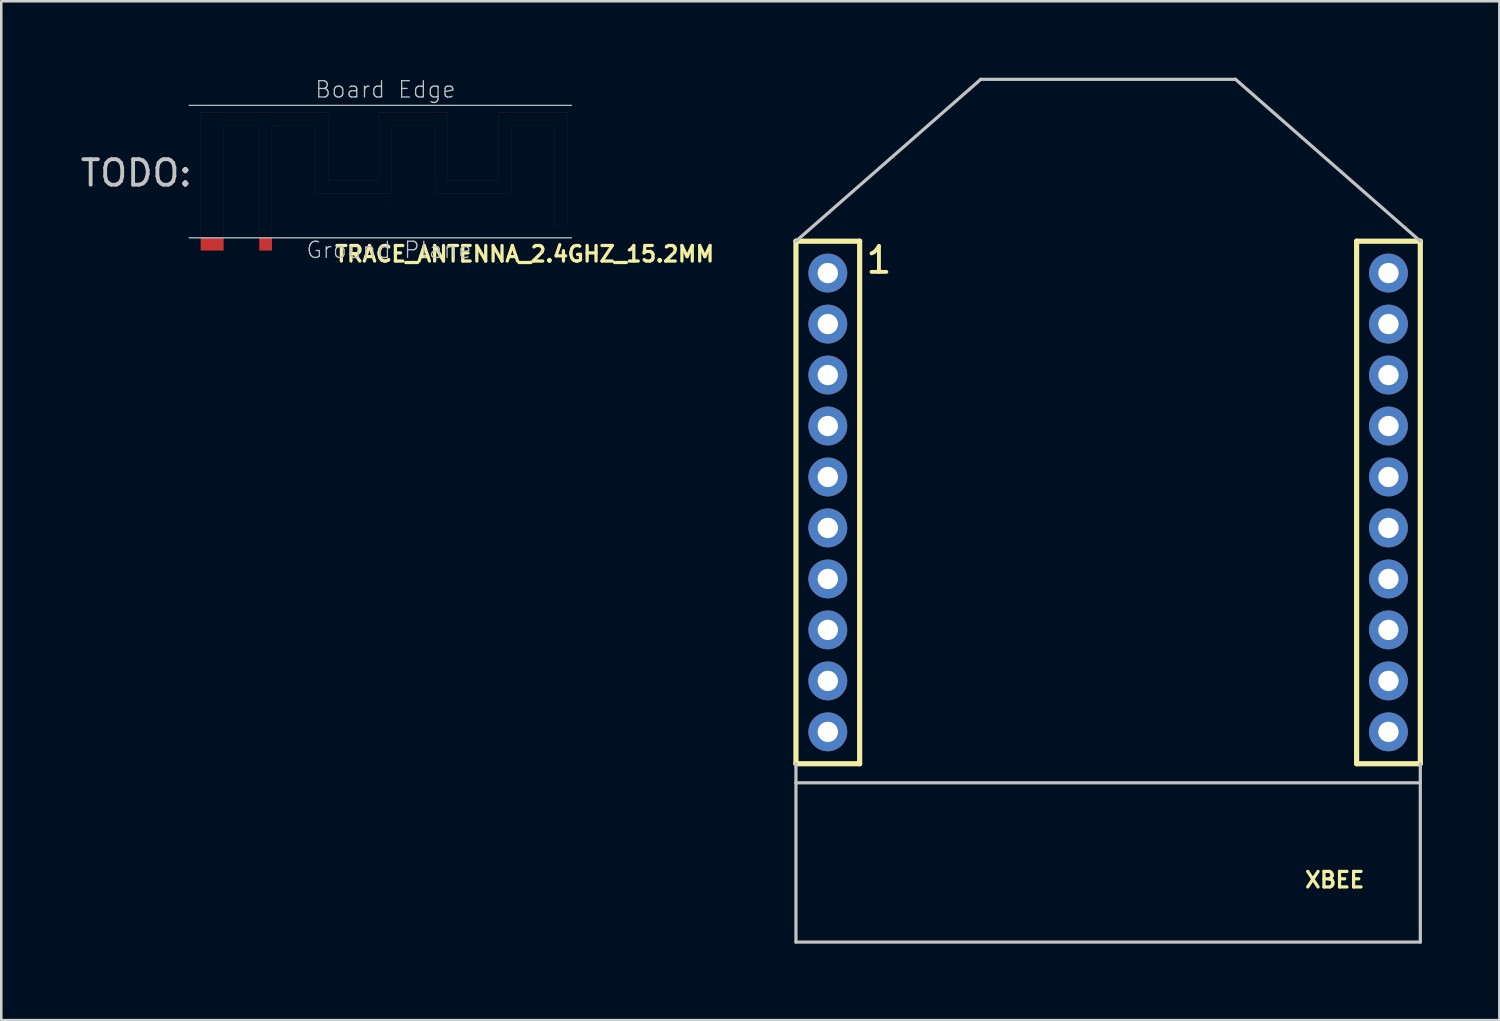
<source format=kicad_pcb>
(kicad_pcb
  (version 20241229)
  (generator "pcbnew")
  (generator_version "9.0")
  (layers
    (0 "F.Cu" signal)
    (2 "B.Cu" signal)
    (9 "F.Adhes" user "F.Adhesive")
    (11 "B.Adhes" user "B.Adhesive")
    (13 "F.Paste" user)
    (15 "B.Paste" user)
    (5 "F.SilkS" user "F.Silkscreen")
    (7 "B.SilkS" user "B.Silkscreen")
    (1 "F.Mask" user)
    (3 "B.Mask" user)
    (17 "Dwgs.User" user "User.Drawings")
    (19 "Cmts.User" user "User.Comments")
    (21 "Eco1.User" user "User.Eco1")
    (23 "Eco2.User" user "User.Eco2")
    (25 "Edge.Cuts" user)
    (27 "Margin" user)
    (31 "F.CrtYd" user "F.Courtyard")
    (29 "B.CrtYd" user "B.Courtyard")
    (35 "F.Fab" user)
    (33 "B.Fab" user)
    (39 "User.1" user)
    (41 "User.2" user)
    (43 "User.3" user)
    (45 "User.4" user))
  (footprint "XBEE"
    (layer "F.Cu")
    (at 40.427 27.663)
    (property "Reference" "XBEE" (at 8.89 3.81 0) (layer "F.SilkS") (effects (font (size 0.61 0.61) (thickness 0.127))))
    (attr exclude_from_pos_files exclude_from_bom)
    (fp_line (start -12.248 -21.25) (end -12.248 -0.749) (stroke (width 0.203) (type solid)) (layer "F.SilkS"))
    (fp_line (start -12.248 -0.749) (end -9.749 -0.749) (stroke (width 0.203) (type solid)) (layer "F.SilkS"))
    (fp_line (start -9.749 -21.25) (end -12.248 -21.25) (stroke (width 0.203) (type solid)) (layer "F.SilkS"))
    (fp_line (start -9.749 -21.25) (end -9.749 -0.749) (stroke (width 0.203) (type solid)) (layer "F.SilkS"))
    (fp_line (start 9.749 -21.25) (end 9.749 -0.749) (stroke (width 0.203) (type solid)) (layer "F.SilkS"))
    (fp_line (start 9.749 -21.25) (end 12.248 -21.25) (stroke (width 0.203) (type solid)) (layer "F.SilkS"))
    (fp_line (start 12.248 -21.25) (end 12.248 -0.749) (stroke (width 0.203) (type solid)) (layer "F.SilkS"))
    (fp_line (start 12.248 -0.749) (end 9.749 -0.749) (stroke (width 0.203) (type solid)) (layer "F.SilkS"))
    (fp_line (start -12.248 -21.25) (end -4.999 -27.6) (stroke (width 0.127) (type solid)) (layer "Dwgs.User"))
    (fp_line (start -12.248 -0.749) (end -12.248 0) (stroke (width 0.127) (type solid)) (layer "Dwgs.User"))
    (fp_line (start -12.248 0) (end -12.248 6.248) (stroke (width 0.127) (type solid)) (layer "Dwgs.User"))
    (fp_line (start -12.248 0) (end 12.248 0) (stroke (width 0.127) (type solid)) (layer "Dwgs.User"))
    (fp_line (start -12.248 6.248) (end 12.248 6.248) (stroke (width 0.127) (type solid)) (layer "Dwgs.User"))
    (fp_line (start -4.999 -27.6) (end 4.999 -27.6) (stroke (width 0.127) (type solid)) (layer "Dwgs.User"))
    (fp_line (start 12.248 -21.25) (end 4.999 -27.6) (stroke (width 0.127) (type solid)) (layer "Dwgs.User"))
    (fp_line (start 12.248 -0.749) (end 12.248 0) (stroke (width 0.127) (type solid)) (layer "Dwgs.User"))
    (fp_line (start 12.248 0) (end 12.248 6.248) (stroke (width 0.127) (type solid)) (layer "Dwgs.User"))
    (fp_text user "1" (at -8.992 -20.508 0) (layer "F.SilkS") (effects (font (size 1.016 1.016) (thickness 0.152))))
    (pad "1" thru_hole circle (at -10.998 -20) (size 1.524 1.524) (drill 0.798) (layers "*.Cu" "*.Mask"))
    (pad "2" thru_hole circle (at -10.998 -17.998) (size 1.524 1.524) (drill 0.798) (layers "*.Cu" "*.Mask"))
    (pad "3" thru_hole circle (at -10.998 -15.999) (size 1.524 1.524) (drill 0.798) (layers "*.Cu" "*.Mask"))
    (pad "4" thru_hole circle (at -10.998 -13.998) (size 1.524 1.524) (drill 0.798) (layers "*.Cu" "*.Mask"))
    (pad "5" thru_hole circle (at -10.998 -11.999) (size 1.524 1.524) (drill 0.798) (layers "*.Cu" "*.Mask"))
    (pad "6" thru_hole circle (at -10.998 -10) (size 1.524 1.524) (drill 0.798) (layers "*.Cu" "*.Mask"))
    (pad "7" thru_hole circle (at -10.998 -7.998) (size 1.524 1.524) (drill 0.798) (layers "*.Cu" "*.Mask"))
    (pad "8" thru_hole circle (at -10.998 -5.999) (size 1.524 1.524) (drill 0.798) (layers "*.Cu" "*.Mask"))
    (pad "9" thru_hole circle (at -10.998 -3.998) (size 1.524 1.524) (drill 0.798) (layers "*.Cu" "*.Mask"))
    (pad "10" thru_hole circle (at -10.998 -1.999) (size 1.524 1.524) (drill 0.798) (layers "*.Cu" "*.Mask"))
    (pad "11" thru_hole circle (at 10.998 -1.999) (size 1.524 1.524) (drill 0.798) (layers "*.Cu" "*.Mask"))
    (pad "12" thru_hole circle (at 10.998 -3.998) (size 1.524 1.524) (drill 0.798) (layers "*.Cu" "*.Mask"))
    (pad "13" thru_hole circle (at 10.998 -5.999) (size 1.524 1.524) (drill 0.798) (layers "*.Cu" "*.Mask"))
    (pad "14" thru_hole circle (at 10.998 -7.998) (size 1.524 1.524) (drill 0.798) (layers "*.Cu" "*.Mask"))
    (pad "15" thru_hole circle (at 10.998 -10) (size 1.524 1.524) (drill 0.798) (layers "*.Cu" "*.Mask"))
    (pad "16" thru_hole circle (at 10.998 -11.999) (size 1.524 1.524) (drill 0.798) (layers "*.Cu" "*.Mask"))
    (pad "17" thru_hole circle (at 10.998 -13.998) (size 1.524 1.524) (drill 0.798) (layers "*.Cu" "*.Mask"))
    (pad "18" thru_hole circle (at 10.998 -15.999) (size 1.524 1.524) (drill 0.798) (layers "*.Cu" "*.Mask"))
    (pad "19" thru_hole circle (at 10.998 -17.998) (size 1.524 1.524) (drill 0.798) (layers "*.Cu" "*.Mask"))
    (pad "20" thru_hole circle (at 10.998 -20) (size 1.524 1.524) (drill 0.798) (layers "*.Cu" "*.Mask")))
  (footprint "TRACE_ANTENNA_2.4GHZ_15.2MM"
    (layer "F.Cu")
    (at 7.372 6.281)
    (property "Reference" "TRACE_ANTENNA_2.4GHZ_15.2MM" (at 10.16 0.635 0) (layer "F.SilkS") (effects (font (size 0.61 0.61) (thickness 0.127))))
    (attr smd)
    (fp_line (start -2.548 -4.9) (end 2.449 -4.9) (stroke (width 0.003) (type solid)) (layer "F.Cu"))
    (fp_line (start -2.548 0.498) (end -2.548 -4.9) (stroke (width 0.003) (type solid)) (layer "F.Cu"))
    (fp_line (start -1.648 -4.399) (end -1.648 0.498) (stroke (width 0.003) (type solid)) (layer "F.Cu"))
    (fp_line (start -1.648 0.498) (end -2.548 0.498) (stroke (width 0.003) (type solid)) (layer "F.Cu"))
    (fp_line (start -0.249 -4.399) (end -1.648 -4.399) (stroke (width 0.003) (type solid)) (layer "F.Cu"))
    (fp_line (start -0.249 0.498) (end -0.249 -4.399) (stroke (width 0.003) (type solid)) (layer "F.Cu"))
    (fp_line (start 0.249 -4.399) (end 0.249 0.498) (stroke (width 0.003) (type solid)) (layer "F.Cu"))
    (fp_line (start 0.249 0.498) (end -0.249 0.498) (stroke (width 0.003) (type solid)) (layer "F.Cu"))
    (fp_line (start 1.948 -4.399) (end 0.249 -4.399) (stroke (width 0.003) (type solid)) (layer "F.Cu"))
    (fp_line (start 1.948 -1.758) (end 1.948 -4.399) (stroke (width 0.003) (type solid)) (layer "F.Cu"))
    (fp_line (start 2.449 -4.9) (end 2.449 -2.258) (stroke (width 0.003) (type solid)) (layer "F.Cu"))
    (fp_line (start 2.449 -2.258) (end 4.448 -2.258) (stroke (width 0.003) (type solid)) (layer "F.Cu"))
    (fp_line (start 4.448 -4.9) (end 7.148 -4.9) (stroke (width 0.003) (type solid)) (layer "F.Cu"))
    (fp_line (start 4.448 -2.258) (end 4.448 -4.9) (stroke (width 0.003) (type solid)) (layer "F.Cu"))
    (fp_line (start 4.948 -4.399) (end 4.948 -1.758) (stroke (width 0.003) (type solid)) (layer "F.Cu"))
    (fp_line (start 4.948 -1.758) (end 1.948 -1.758) (stroke (width 0.003) (type solid)) (layer "F.Cu"))
    (fp_line (start 6.65 -4.399) (end 4.948 -4.399) (stroke (width 0.003) (type solid)) (layer "F.Cu"))
    (fp_line (start 6.65 -1.758) (end 6.65 -4.399) (stroke (width 0.003) (type solid)) (layer "F.Cu"))
    (fp_line (start 7.148 -4.9) (end 7.148 -2.258) (stroke (width 0.003) (type solid)) (layer "F.Cu"))
    (fp_line (start 7.148 -2.258) (end 9.149 -2.258) (stroke (width 0.003) (type solid)) (layer "F.Cu"))
    (fp_line (start 9.149 -4.9) (end 11.849 -4.9) (stroke (width 0.003) (type solid)) (layer "F.Cu"))
    (fp_line (start 9.149 -2.258) (end 9.149 -4.9) (stroke (width 0.003) (type solid)) (layer "F.Cu"))
    (fp_line (start 9.649 -4.399) (end 9.649 -1.758) (stroke (width 0.003) (type solid)) (layer "F.Cu"))
    (fp_line (start 9.649 -1.758) (end 6.65 -1.758) (stroke (width 0.003) (type solid)) (layer "F.Cu"))
    (fp_line (start 11.349 -4.399) (end 9.649 -4.399) (stroke (width 0.003) (type solid)) (layer "F.Cu"))
    (fp_line (start 11.349 -0.46) (end 11.349 -4.399) (stroke (width 0.003) (type solid)) (layer "F.Cu"))
    (fp_line (start 11.849 -4.9) (end 11.849 -0.46) (stroke (width 0.003) (type solid)) (layer "F.Cu"))
    (fp_line (start 11.849 -0.46) (end 11.349 -0.46) (stroke (width 0.003) (type solid)) (layer "F.Cu"))
    (fp_line (start -3 -5.199) (end 11.999 -5.199) (stroke (width 0.048) (type solid)) (layer "Dwgs.User"))
    (fp_line (start -3 0) (end 11.999 0) (stroke (width 0.048) (type solid)) (layer "Dwgs.User"))
    (fp_text user "TODO:" (at -5.08 -2.54 0) (layer "Dwgs.User") (effects (font (size 1 1) (thickness 0.15))))
    (fp_text user "Board Edge" (at 4.699 -5.819 0) (layer "Dwgs.User") (effects (font (size 0.638 0.638) (thickness 0.051))))
    (fp_text user "Ground Plane" (at 4.839 0.478 0) (layer "Dwgs.User") (effects (font (size 0.638 0.638) (thickness 0.051))))
    (pad "ANT" smd rect (at 0 0.249) (size 0.498 0.498) (layers "F.Cu" "F.Mask" "F.Paste"))
    (pad "GND" smd rect (at -2.098 0.249) (size 0.899 0.498) (layers "F.Cu" "F.Mask" "F.Paste")))
  (gr_rect
    (start -3 -3)
    (end 55.777 36.975)
    (stroke (width 0.1) (type default))
    (fill no)
    (layer "Edge.Cuts")))
</source>
